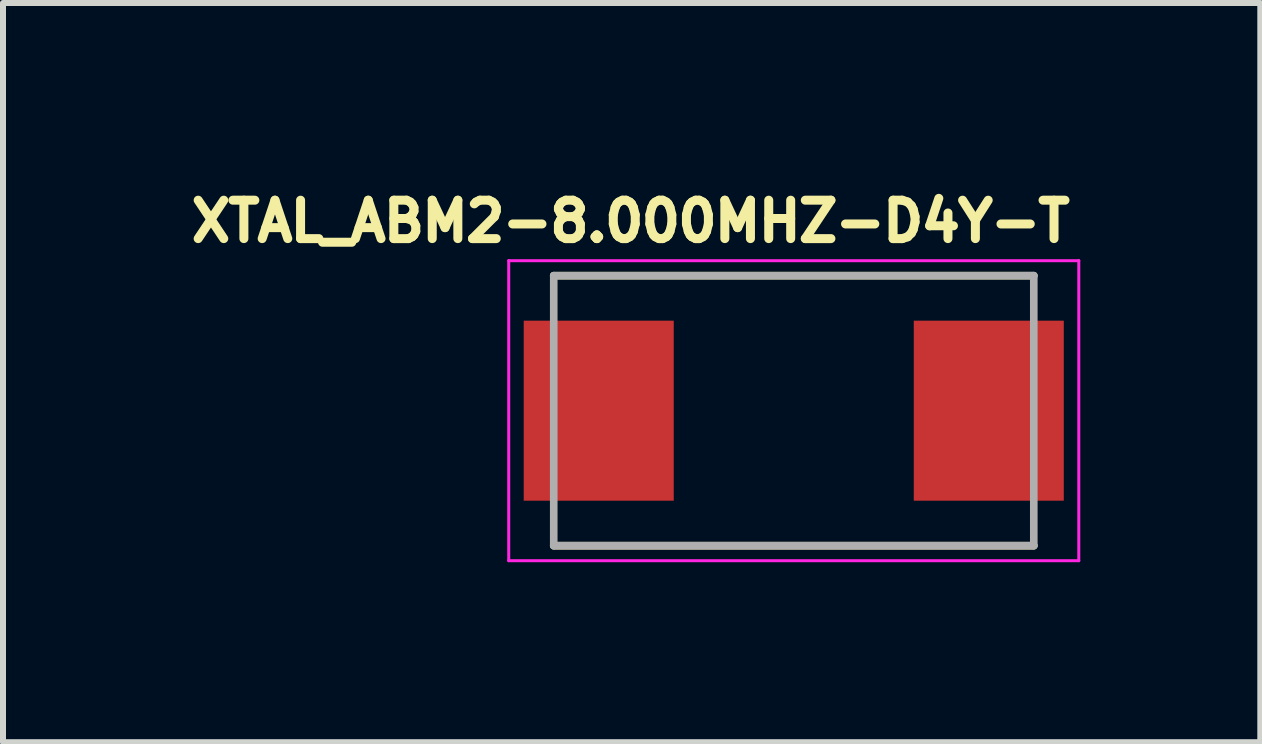
<source format=kicad_pcb>
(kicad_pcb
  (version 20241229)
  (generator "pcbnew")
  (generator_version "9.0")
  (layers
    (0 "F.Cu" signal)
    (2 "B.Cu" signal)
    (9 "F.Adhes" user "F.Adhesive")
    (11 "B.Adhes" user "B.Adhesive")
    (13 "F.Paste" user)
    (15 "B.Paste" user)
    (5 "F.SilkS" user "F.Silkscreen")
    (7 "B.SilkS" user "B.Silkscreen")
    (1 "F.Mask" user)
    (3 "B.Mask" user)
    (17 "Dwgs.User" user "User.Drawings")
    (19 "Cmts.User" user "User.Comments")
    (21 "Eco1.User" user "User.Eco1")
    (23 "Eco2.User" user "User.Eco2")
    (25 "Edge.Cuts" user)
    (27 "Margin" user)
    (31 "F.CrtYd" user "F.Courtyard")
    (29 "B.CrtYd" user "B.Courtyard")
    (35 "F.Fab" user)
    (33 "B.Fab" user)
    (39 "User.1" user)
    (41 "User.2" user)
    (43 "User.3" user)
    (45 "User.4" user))
  (footprint "XTAL_ABM2-8.000MHZ-D4Y-T"
    (layer "F.Cu")
    (at 10.178 3.794)
    (property "Reference" "XTAL_ABM2-8.000MHZ-D4Y-T" (at -2.718 -3.156 0) (layer "F.SilkS") (effects (font (size 0.64 0.64) (thickness 0.15))))
    (attr smd)
    (fp_line (start -4 -2.25) (end 4 -2.25) (stroke (width 0.127) (type solid)) (layer "F.SilkS"))
    (fp_line (start -4 2.25) (end 4 2.25) (stroke (width 0.127) (type solid)) (layer "F.SilkS"))
    (fp_line (start -4.75 -2.5) (end -4.75 2.5) (stroke (width 0.05) (type solid)) (layer "F.CrtYd"))
    (fp_line (start -4.75 2.5) (end 4.75 2.5) (stroke (width 0.05) (type solid)) (layer "F.CrtYd"))
    (fp_line (start 4.75 -2.5) (end -4.75 -2.5) (stroke (width 0.05) (type solid)) (layer "F.CrtYd"))
    (fp_line (start 4.75 2.5) (end 4.75 -2.5) (stroke (width 0.05) (type solid)) (layer "F.CrtYd"))
    (fp_line (start -4 -2.25) (end -4 2.25) (stroke (width 0.127) (type solid)) (layer "F.Fab"))
    (fp_line (start -4 -2.25) (end 4 -2.25) (stroke (width 0.127) (type solid)) (layer "F.Fab"))
    (fp_line (start -4 2.25) (end 4 2.25) (stroke (width 0.127) (type solid)) (layer "F.Fab"))
    (fp_line (start 4 -2.25) (end 4 2.25) (stroke (width 0.127) (type solid)) (layer "F.Fab"))
    (pad "1" smd rect (at -3.25 0) (size 2.5 3) (layers "F.Cu" "F.Mask" "F.Paste"))
    (pad "2" smd rect (at 3.25 0) (size 2.5 3) (layers "F.Cu" "F.Mask" "F.Paste")))
  (gr_rect
    (start -3 -3)
    (end 17.953 9.319)
    (stroke (width 0.1) (type default))
    (fill no)
    (layer "Edge.Cuts")))
</source>
